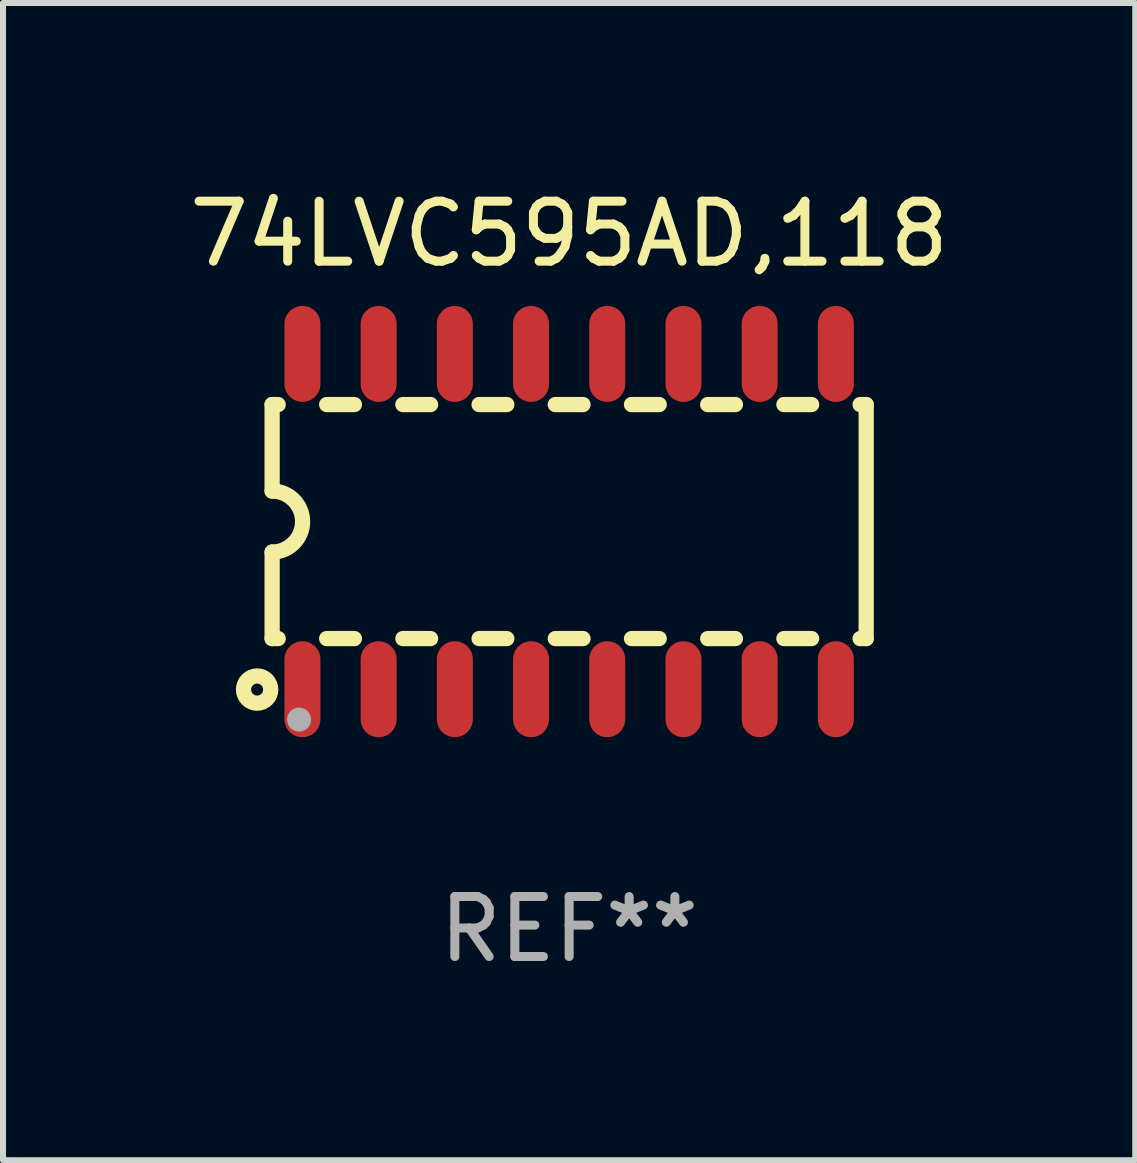
<source format=kicad_pcb>
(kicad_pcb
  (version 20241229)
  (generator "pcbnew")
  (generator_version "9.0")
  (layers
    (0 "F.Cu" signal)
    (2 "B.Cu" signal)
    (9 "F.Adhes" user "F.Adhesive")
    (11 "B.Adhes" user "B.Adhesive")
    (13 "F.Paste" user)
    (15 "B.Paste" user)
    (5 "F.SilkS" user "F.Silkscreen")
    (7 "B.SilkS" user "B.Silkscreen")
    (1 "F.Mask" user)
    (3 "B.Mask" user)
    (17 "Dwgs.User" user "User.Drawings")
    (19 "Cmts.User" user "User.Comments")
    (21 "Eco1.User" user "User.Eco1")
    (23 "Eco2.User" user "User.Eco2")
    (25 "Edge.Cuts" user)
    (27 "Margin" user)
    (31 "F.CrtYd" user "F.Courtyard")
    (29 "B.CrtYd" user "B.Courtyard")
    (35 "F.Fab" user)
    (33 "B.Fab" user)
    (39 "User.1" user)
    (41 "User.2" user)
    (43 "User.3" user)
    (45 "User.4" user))
  (footprint "74LVC595AD,118"
    (layer "F.Cu")
    (at 6.435 5.642)
    (property "Reference" "74LVC595AD,118" (at 0 -4.794 0) (layer "F.SilkS") (effects (font (size 1 1) (thickness 0.15))))
    (attr through_hole)
    (fp_line (start -4.95 -1.95) (end -4.95 -0.508) (stroke (width 0.254) (type solid)) (layer "F.SilkS"))
    (fp_line (start -4.95 -1.95) (end -4.849 -1.95) (stroke (width 0.254) (type solid)) (layer "F.SilkS"))
    (fp_line (start -4.95 1.95) (end -4.95 0.508) (stroke (width 0.254) (type solid)) (layer "F.SilkS"))
    (fp_line (start -4.95 1.95) (end -4.849 1.95) (stroke (width 0.254) (type solid)) (layer "F.SilkS"))
    (fp_line (start -4.041 -1.95) (end -3.579 -1.95) (stroke (width 0.254) (type solid)) (layer "F.SilkS"))
    (fp_line (start -4.041 1.95) (end -3.579 1.95) (stroke (width 0.254) (type solid)) (layer "F.SilkS"))
    (fp_line (start -2.771 -1.95) (end -2.309 -1.95) (stroke (width 0.254) (type solid)) (layer "F.SilkS"))
    (fp_line (start -2.771 1.95) (end -2.309 1.95) (stroke (width 0.254) (type solid)) (layer "F.SilkS"))
    (fp_line (start -1.501 -1.95) (end -1.039 -1.95) (stroke (width 0.254) (type solid)) (layer "F.SilkS"))
    (fp_line (start -1.501 1.95) (end -1.039 1.95) (stroke (width 0.254) (type solid)) (layer "F.SilkS"))
    (fp_line (start -0.231 -1.95) (end 0.231 -1.95) (stroke (width 0.254) (type solid)) (layer "F.SilkS"))
    (fp_line (start -0.231 1.95) (end 0.231 1.95) (stroke (width 0.254) (type solid)) (layer "F.SilkS"))
    (fp_line (start 1.039 -1.95) (end 1.501 -1.95) (stroke (width 0.254) (type solid)) (layer "F.SilkS"))
    (fp_line (start 1.039 1.95) (end 1.501 1.95) (stroke (width 0.254) (type solid)) (layer "F.SilkS"))
    (fp_line (start 2.309 -1.95) (end 2.771 -1.95) (stroke (width 0.254) (type solid)) (layer "F.SilkS"))
    (fp_line (start 2.309 1.95) (end 2.771 1.95) (stroke (width 0.254) (type solid)) (layer "F.SilkS"))
    (fp_line (start 3.579 -1.95) (end 4.041 -1.95) (stroke (width 0.254) (type solid)) (layer "F.SilkS"))
    (fp_line (start 3.579 1.95) (end 4.041 1.95) (stroke (width 0.254) (type solid)) (layer "F.SilkS"))
    (fp_line (start 4.849 -1.95) (end 4.95 -1.95) (stroke (width 0.254) (type solid)) (layer "F.SilkS"))
    (fp_line (start 4.849 1.95) (end 4.95 1.95) (stroke (width 0.254) (type solid)) (layer "F.SilkS"))
    (fp_line (start 4.95 -1.95) (end 4.95 1.95) (stroke (width 0.254) (type solid)) (layer "F.SilkS"))
    (fp_arc (start -4.95047 -0.508001) (mid -4.442469 -0.000228) (end -4.950013 0.508001) (stroke (width 0.254001) (type solid)) (layer "F.SilkS"))
    (fp_circle (center -5.2 2.8) (end -5.1 2.8) (stroke (width 0.254) (type solid)) (fill no) (layer "F.SilkS"))
    (fp_circle (center -4.95 2.947) (end -4.92 2.947) (stroke (width 0.06) (type solid)) (fill no) (layer "F.SilkS"))
    (fp_circle (center -4.5 3.3) (end -4.4 3.3) (stroke (width 0.2) (type solid)) (fill no) (layer "F.Fab"))
    (fp_text user "REF**" (at 0 6.794 0) (layer "F.Fab") (effects (font (size 1 1) (thickness 0.15))))
    (pad "1" smd oval (at -4.445 2.794) (size 0.6 1.6) (layers "F.Cu" "F.Mask" "F.Paste"))
    (pad "2" smd oval (at -3.175 2.794) (size 0.6 1.6) (layers "F.Cu" "F.Mask" "F.Paste"))
    (pad "3" smd oval (at -1.905 2.794) (size 0.6 1.6) (layers "F.Cu" "F.Mask" "F.Paste"))
    (pad "4" smd oval (at -0.635 2.794) (size 0.6 1.6) (layers "F.Cu" "F.Mask" "F.Paste"))
    (pad "5" smd oval (at 0.635 2.794) (size 0.6 1.6) (layers "F.Cu" "F.Mask" "F.Paste"))
    (pad "6" smd oval (at 1.905 2.794) (size 0.6 1.6) (layers "F.Cu" "F.Mask" "F.Paste"))
    (pad "7" smd oval (at 3.175 2.794) (size 0.6 1.6) (layers "F.Cu" "F.Mask" "F.Paste"))
    (pad "8" smd oval (at 4.445 2.794) (size 0.6 1.6) (layers "F.Cu" "F.Mask" "F.Paste"))
    (pad "9" smd oval (at 4.445 -2.794) (size 0.6 1.6) (layers "F.Cu" "F.Mask" "F.Paste"))
    (pad "10" smd oval (at 3.175 -2.794) (size 0.6 1.6) (layers "F.Cu" "F.Mask" "F.Paste"))
    (pad "11" smd oval (at 1.905 -2.794) (size 0.6 1.6) (layers "F.Cu" "F.Mask" "F.Paste"))
    (pad "12" smd oval (at 0.635 -2.794) (size 0.6 1.6) (layers "F.Cu" "F.Mask" "F.Paste"))
    (pad "13" smd oval (at -0.635 -2.794) (size 0.6 1.6) (layers "F.Cu" "F.Mask" "F.Paste"))
    (pad "14" smd oval (at -1.905 -2.794) (size 0.6 1.6) (layers "F.Cu" "F.Mask" "F.Paste"))
    (pad "15" smd oval (at -3.175 -2.794) (size 0.6 1.6) (layers "F.Cu" "F.Mask" "F.Paste"))
    (pad "16" smd oval (at -4.445 -2.794) (size 0.6 1.6) (layers "F.Cu" "F.Mask" "F.Paste")))
  (gr_rect
    (start -3 -3)
    (end 15.869 16.285)
    (stroke (width 0.1) (type default))
    (fill no)
    (layer "Edge.Cuts")))
</source>
